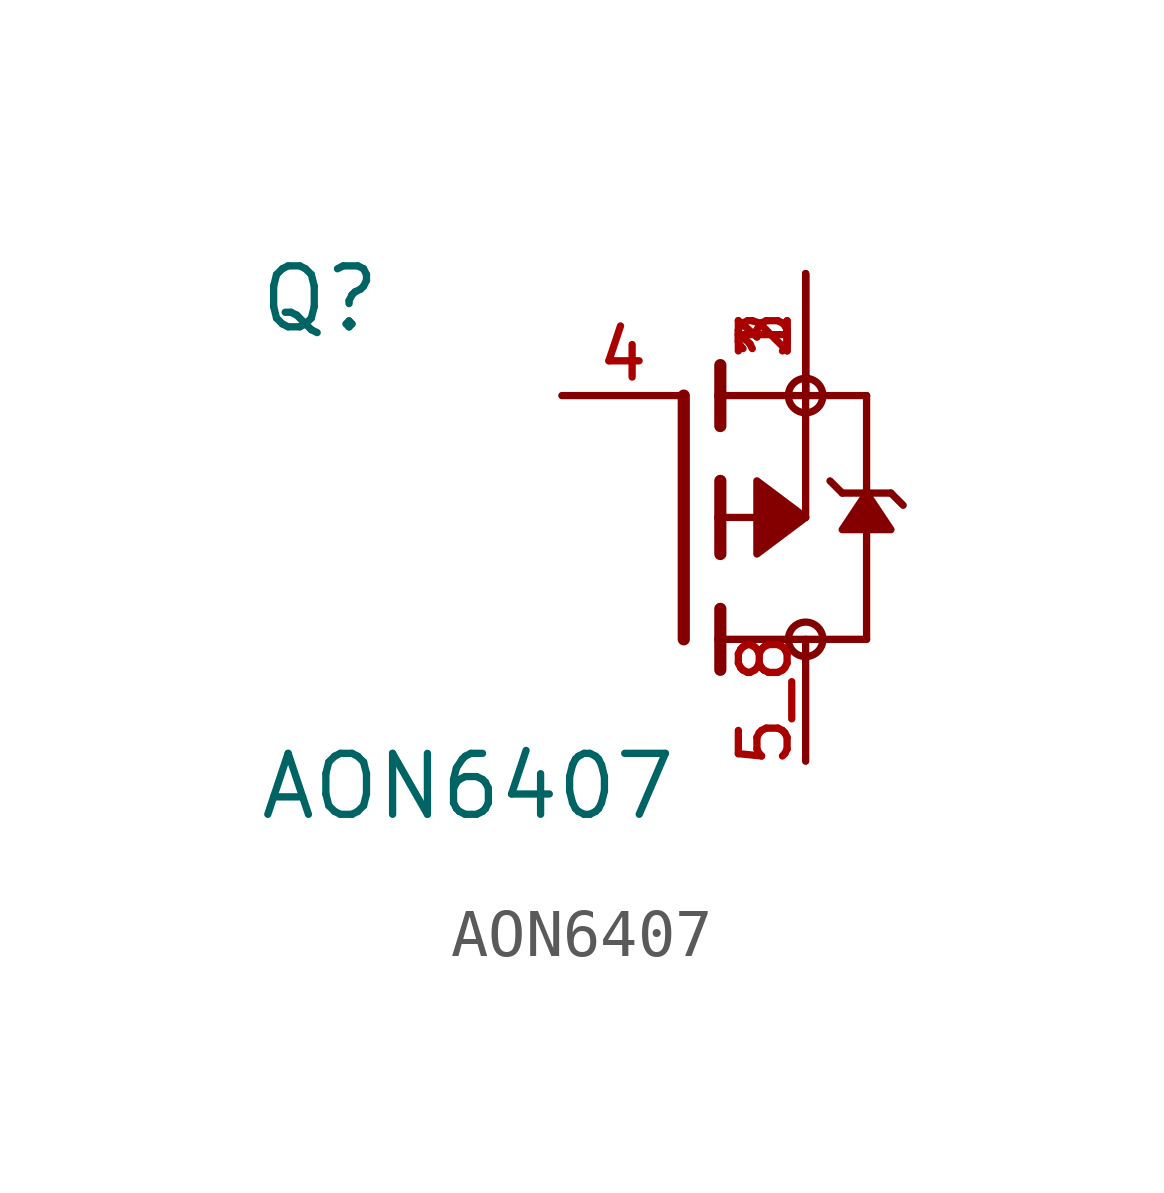
<source format=kicad_sym>
(kicad_symbol_lib
  (version 20211014)
  (generator kicad_symbol_editor)
  (symbol "AON6407"
    (pin_names
      (offset 1.016))
    (property "Reference" "Q"
      (at -8.89 3.81 0)
      (effects (font (size 1.27 1.27)) (justify bottom left)))
    (property "Value" "AON6407"
      (at -8.89 -6.35 0)
      (effects (font (size 1.27 1.27)) (justify bottom left)))
    (symbol "AON6407_0_0"
      (polyline (pts (xy 0.762 -0.762) (xy 0.762 0.0)) (stroke (width 0.254)))
      (polyline (pts (xy 0.762 0.0) (xy 0.762 0.762)) (stroke (width 0.254)))
      (polyline (pts (xy 0.762 -3.175) (xy 0.762 -2.54)) (stroke (width 0.254)))
      (polyline (pts (xy 0.762 -2.54) (xy 0.762 -1.905)) (stroke (width 0.254)))
      (polyline (pts (xy 0.762 0.0) (xy 2.54 0.0)) (stroke (width 0.152)))
      (polyline (pts (xy 2.54 0.0) (xy 2.54 2.54)) (stroke (width 0.152)))
      (polyline (pts (xy 0.762 1.905) (xy 0.762 2.54)) (stroke (width 0.254)))
      (polyline (pts (xy 0.762 2.54) (xy 0.762 3.175)) (stroke (width 0.254)))
      (polyline (pts (xy 0.0 -2.54) (xy 0.0 2.54)) (stroke (width 0.254)))
      (polyline (pts (xy 2.54 2.54) (xy 0.762 2.54)) (stroke (width 0.152)))
      (polyline (pts (xy 3.81 -2.54) (xy 3.81 0.508)) (stroke (width 0.152)))
      (polyline (pts (xy 3.81 0.508) (xy 3.81 2.54)) (stroke (width 0.152)))
      (polyline (pts (xy 2.54 2.54) (xy 3.81 2.54)) (stroke (width 0.152)))
      (polyline (pts (xy 0.762 -2.54) (xy 3.81 -2.54)) (stroke (width 0.152)))
      (polyline (pts (xy 3.048 0.762) (xy 3.302 0.508)) (stroke (width 0.152)))
      (polyline (pts (xy 3.302 0.508) (xy 3.81 0.508)) (stroke (width 0.152)))
      (polyline (pts (xy 3.81 0.508) (xy 4.318 0.508)) (stroke (width 0.152)))
      (polyline (pts (xy 4.318 0.508) (xy 4.572 0.254)) (stroke (width 0.152)))
      (circle (center 2.54 2.54) (radius 0.359) (stroke (width 0.0)) (fill (type none)))
      (circle (center 2.54 -2.54) (radius 0.359) (stroke (width 0.0)) (fill (type none)))
      (polyline (pts (xy 3.81 0.508) (xy 4.318 -0.254) (xy 3.302 -0.254) (xy 3.81 0.508)) (stroke (width 0.152)) (fill (type outline)))
      (polyline (pts (xy 2.54 0.0) (xy 1.524 0.762) (xy 1.524 -0.762) (xy 2.54 0.0)) (stroke (width 0.152)) (fill (type outline)))
      (pin passive line (at 2.54 5.08 270.0) (length 2.54) (name "~" (effects (font (size 1.016 1.016)))) (number "1" (effects (font (size 1.016 1.016)))))
      (pin passive line (at 2.54 5.08 270.0) (length 2.54) (name "~" (effects (font (size 1.016 1.016)))) (number "2" (effects (font (size 1.016 1.016)))))
      (pin passive line (at 2.54 5.08 270.0) (length 2.54) (name "~" (effects (font (size 1.016 1.016)))) (number "3" (effects (font (size 1.016 1.016)))))
      (pin passive line (at -2.54 2.54 0) (length 2.54) (name "~" (effects (font (size 1.016 1.016)))) (number "4" (effects (font (size 1.016 1.016)))))
      (pin passive line (at 2.54 -5.08 90.0) (length 2.54) (name "~" (effects (font (size 1.016 1.016)))) (number "5_8" (effects (font (size 1.016 1.016))))))))
</source>
